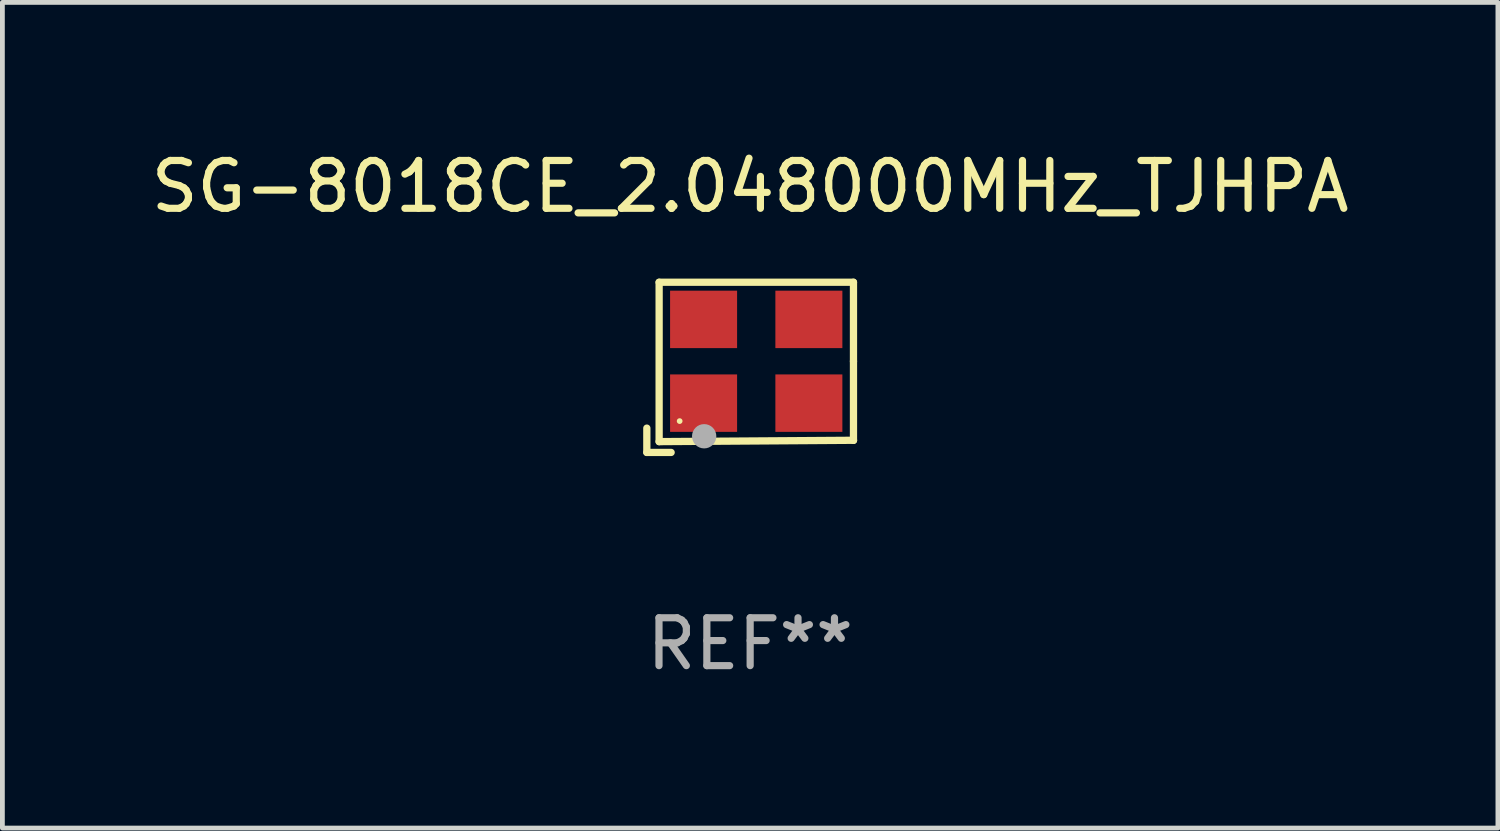
<source format=kicad_pcb>
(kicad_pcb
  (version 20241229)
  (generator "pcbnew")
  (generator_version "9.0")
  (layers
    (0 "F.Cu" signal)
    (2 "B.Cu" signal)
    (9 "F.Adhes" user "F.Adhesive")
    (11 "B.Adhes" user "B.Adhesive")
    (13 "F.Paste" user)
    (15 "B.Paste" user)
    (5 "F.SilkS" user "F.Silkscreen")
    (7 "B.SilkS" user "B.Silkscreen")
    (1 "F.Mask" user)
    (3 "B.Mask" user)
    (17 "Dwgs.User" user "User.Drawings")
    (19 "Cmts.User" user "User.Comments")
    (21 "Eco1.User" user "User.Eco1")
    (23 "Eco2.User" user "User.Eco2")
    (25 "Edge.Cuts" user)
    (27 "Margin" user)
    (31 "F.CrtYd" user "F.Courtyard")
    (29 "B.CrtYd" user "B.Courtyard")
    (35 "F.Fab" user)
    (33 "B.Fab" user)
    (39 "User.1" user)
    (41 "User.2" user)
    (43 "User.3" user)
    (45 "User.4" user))
  (footprint "SG-8018CE_2.048000MHz_TJHPA"
    (layer "F.Cu")
    (at 12.625 4.626)
    (property "Reference" "SG-8018CE_2.048000MHz_TJHPA" (at 0 -3.778 0) (layer "F.SilkS") (effects (font (size 1 1) (thickness 0.15))))
    (attr through_hole)
    (fp_line (start -2.159 1.27) (end -2.159 1.778) (stroke (width 0.152) (type solid)) (layer "F.SilkS"))
    (fp_line (start -2.159 1.778) (end -1.651 1.778) (stroke (width 0.152) (type solid)) (layer "F.SilkS"))
    (fp_line (start -1.902 -1.778) (end 2.159 -1.778) (stroke (width 0.152) (type solid)) (layer "F.SilkS"))
    (fp_line (start -1.902 1.552) (end -1.902 -1.778) (stroke (width 0.152) (type solid)) (layer "F.SilkS"))
    (fp_line (start 2.159 -1.778) (end 2.159 -0.127) (stroke (width 0.152) (type solid)) (layer "F.SilkS"))
    (fp_line (start 2.159 -0.127) (end 2.159 1.524) (stroke (width 0.152) (type solid)) (layer "F.SilkS"))
    (fp_line (start 2.159 1.524) (end -1.902 1.552) (stroke (width 0.152) (type solid)) (layer "F.SilkS"))
    (fp_line (start 2.159 1.524) (end 2.159 1.524) (stroke (width 0.152) (type solid)) (layer "F.SilkS"))
    (fp_circle (center -1.473 1.123) (end -1.443 1.123) (stroke (width 0.06) (type solid)) (fill no) (layer "F.SilkS"))
    (fp_circle (center -0.961 1.44) (end -0.834 1.44) (stroke (width 0.254) (type solid)) (fill no) (layer "F.Fab"))
    (fp_text user "REF**" (at 0 5.778 0) (layer "F.Fab") (effects (font (size 1 1) (thickness 0.15))))
    (pad "1" smd rect (at -0.973 0.748) (size 1.4 1.2) (layers "F.Cu" "F.Mask" "F.Paste"))
    (pad "2" smd rect (at 1.227 0.748) (size 1.4 1.2) (layers "F.Cu" "F.Mask" "F.Paste"))
    (pad "3" smd rect (at 1.227 -1.002) (size 1.4 1.2) (layers "F.Cu" "F.Mask" "F.Paste"))
    (pad "4" smd rect (at -0.973 -1.002) (size 1.4 1.2) (layers "F.Cu" "F.Mask" "F.Paste")))
  (gr_rect
    (start -3 -3)
    (end 28.25 14.253)
    (stroke (width 0.1) (type default))
    (fill no)
    (layer "Edge.Cuts")))
</source>
